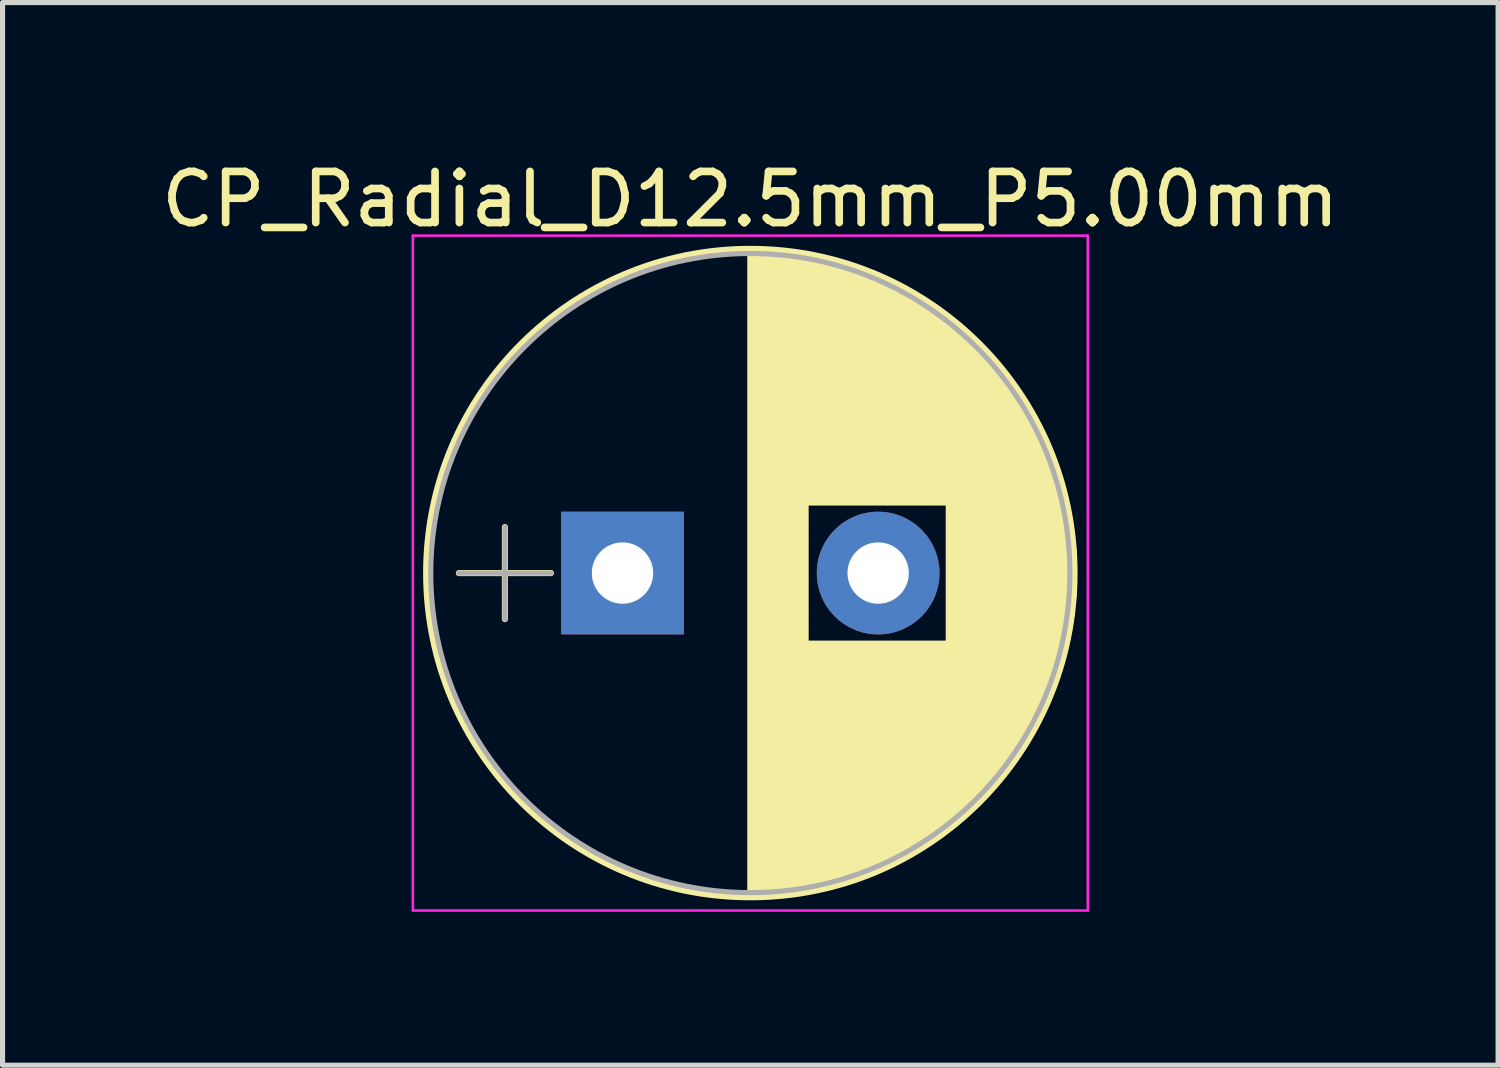
<source format=kicad_pcb>
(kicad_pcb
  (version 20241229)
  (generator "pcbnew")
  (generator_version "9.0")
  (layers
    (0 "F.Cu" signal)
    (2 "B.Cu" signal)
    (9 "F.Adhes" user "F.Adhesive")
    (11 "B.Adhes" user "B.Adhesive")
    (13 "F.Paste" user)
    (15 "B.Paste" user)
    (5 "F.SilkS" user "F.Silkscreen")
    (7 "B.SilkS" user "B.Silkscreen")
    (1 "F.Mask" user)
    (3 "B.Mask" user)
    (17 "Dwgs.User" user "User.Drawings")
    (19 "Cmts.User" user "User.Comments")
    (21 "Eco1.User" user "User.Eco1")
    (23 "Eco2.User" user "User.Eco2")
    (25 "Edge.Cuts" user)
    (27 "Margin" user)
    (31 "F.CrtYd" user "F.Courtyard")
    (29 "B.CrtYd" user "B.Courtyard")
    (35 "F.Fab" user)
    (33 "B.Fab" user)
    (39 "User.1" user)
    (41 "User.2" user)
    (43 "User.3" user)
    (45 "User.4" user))
  (footprint "CP_Radial_D12.5mm_P5.00mm"
    (layer "F.Cu")
    (at 9.125 8.158)
    (property "Reference" "CP_Radial_D12.5mm_P5.00mm" (at 2.5 -7.31 0) (layer "F.SilkS") (effects (font (size 1 1) (thickness 0.15))))
    (attr through_hole)
    (fp_line (start -3.2 0) (end -1.4 0) (stroke (width 0.12) (type solid)) (layer "F.SilkS"))
    (fp_line (start -2.3 -0.9) (end -2.3 0.9) (stroke (width 0.12) (type solid)) (layer "F.SilkS"))
    (fp_line (start 2.5 -6.3) (end 2.5 6.3) (stroke (width 0.12) (type solid)) (layer "F.SilkS"))
    (fp_line (start 2.54 -6.3) (end 2.54 6.3) (stroke (width 0.12) (type solid)) (layer "F.SilkS"))
    (fp_line (start 2.58 -6.3) (end 2.58 6.3) (stroke (width 0.12) (type solid)) (layer "F.SilkS"))
    (fp_line (start 2.62 -6.299) (end 2.62 6.299) (stroke (width 0.12) (type solid)) (layer "F.SilkS"))
    (fp_line (start 2.66 -6.298) (end 2.66 6.298) (stroke (width 0.12) (type solid)) (layer "F.SilkS"))
    (fp_line (start 2.7 -6.297) (end 2.7 6.297) (stroke (width 0.12) (type solid)) (layer "F.SilkS"))
    (fp_line (start 2.74 -6.296) (end 2.74 6.296) (stroke (width 0.12) (type solid)) (layer "F.SilkS"))
    (fp_line (start 2.78 -6.294) (end 2.78 6.294) (stroke (width 0.12) (type solid)) (layer "F.SilkS"))
    (fp_line (start 2.82 -6.292) (end 2.82 6.292) (stroke (width 0.12) (type solid)) (layer "F.SilkS"))
    (fp_line (start 2.86 -6.29) (end 2.86 6.29) (stroke (width 0.12) (type solid)) (layer "F.SilkS"))
    (fp_line (start 2.9 -6.288) (end 2.9 6.288) (stroke (width 0.12) (type solid)) (layer "F.SilkS"))
    (fp_line (start 2.94 -6.285) (end 2.94 6.285) (stroke (width 0.12) (type solid)) (layer "F.SilkS"))
    (fp_line (start 2.98 -6.282) (end 2.98 6.282) (stroke (width 0.12) (type solid)) (layer "F.SilkS"))
    (fp_line (start 3.02 -6.279) (end 3.02 6.279) (stroke (width 0.12) (type solid)) (layer "F.SilkS"))
    (fp_line (start 3.06 -6.276) (end 3.06 6.276) (stroke (width 0.12) (type solid)) (layer "F.SilkS"))
    (fp_line (start 3.1 -6.272) (end 3.1 6.272) (stroke (width 0.12) (type solid)) (layer "F.SilkS"))
    (fp_line (start 3.14 -6.268) (end 3.14 6.268) (stroke (width 0.12) (type solid)) (layer "F.SilkS"))
    (fp_line (start 3.18 -6.264) (end 3.18 6.264) (stroke (width 0.12) (type solid)) (layer "F.SilkS"))
    (fp_line (start 3.221 -6.259) (end 3.221 6.259) (stroke (width 0.12) (type solid)) (layer "F.SilkS"))
    (fp_line (start 3.261 -6.255) (end 3.261 6.255) (stroke (width 0.12) (type solid)) (layer "F.SilkS"))
    (fp_line (start 3.301 -6.25) (end 3.301 6.25) (stroke (width 0.12) (type solid)) (layer "F.SilkS"))
    (fp_line (start 3.341 -6.245) (end 3.341 6.245) (stroke (width 0.12) (type solid)) (layer "F.SilkS"))
    (fp_line (start 3.381 -6.239) (end 3.381 6.239) (stroke (width 0.12) (type solid)) (layer "F.SilkS"))
    (fp_line (start 3.421 -6.233) (end 3.421 6.233) (stroke (width 0.12) (type solid)) (layer "F.SilkS"))
    (fp_line (start 3.461 -6.227) (end 3.461 6.227) (stroke (width 0.12) (type solid)) (layer "F.SilkS"))
    (fp_line (start 3.501 -6.221) (end 3.501 6.221) (stroke (width 0.12) (type solid)) (layer "F.SilkS"))
    (fp_line (start 3.541 -6.215) (end 3.541 6.215) (stroke (width 0.12) (type solid)) (layer "F.SilkS"))
    (fp_line (start 3.581 -6.208) (end 3.581 6.208) (stroke (width 0.12) (type solid)) (layer "F.SilkS"))
    (fp_line (start 3.621 -6.201) (end 3.621 -1.38) (stroke (width 0.12) (type solid)) (layer "F.SilkS"))
    (fp_line (start 3.621 1.38) (end 3.621 6.201) (stroke (width 0.12) (type solid)) (layer "F.SilkS"))
    (fp_line (start 3.661 -6.193) (end 3.661 -1.38) (stroke (width 0.12) (type solid)) (layer "F.SilkS"))
    (fp_line (start 3.661 1.38) (end 3.661 6.193) (stroke (width 0.12) (type solid)) (layer "F.SilkS"))
    (fp_line (start 3.701 -6.186) (end 3.701 -1.38) (stroke (width 0.12) (type solid)) (layer "F.SilkS"))
    (fp_line (start 3.701 1.38) (end 3.701 6.186) (stroke (width 0.12) (type solid)) (layer "F.SilkS"))
    (fp_line (start 3.741 -6.178) (end 3.741 -1.38) (stroke (width 0.12) (type solid)) (layer "F.SilkS"))
    (fp_line (start 3.741 1.38) (end 3.741 6.178) (stroke (width 0.12) (type solid)) (layer "F.SilkS"))
    (fp_line (start 3.781 -6.17) (end 3.781 -1.38) (stroke (width 0.12) (type solid)) (layer "F.SilkS"))
    (fp_line (start 3.781 1.38) (end 3.781 6.17) (stroke (width 0.12) (type solid)) (layer "F.SilkS"))
    (fp_line (start 3.821 -6.162) (end 3.821 -1.38) (stroke (width 0.12) (type solid)) (layer "F.SilkS"))
    (fp_line (start 3.821 1.38) (end 3.821 6.162) (stroke (width 0.12) (type solid)) (layer "F.SilkS"))
    (fp_line (start 3.861 -6.153) (end 3.861 -1.38) (stroke (width 0.12) (type solid)) (layer "F.SilkS"))
    (fp_line (start 3.861 1.38) (end 3.861 6.153) (stroke (width 0.12) (type solid)) (layer "F.SilkS"))
    (fp_line (start 3.901 -6.144) (end 3.901 -1.38) (stroke (width 0.12) (type solid)) (layer "F.SilkS"))
    (fp_line (start 3.901 1.38) (end 3.901 6.144) (stroke (width 0.12) (type solid)) (layer "F.SilkS"))
    (fp_line (start 3.941 -6.135) (end 3.941 -1.38) (stroke (width 0.12) (type solid)) (layer "F.SilkS"))
    (fp_line (start 3.941 1.38) (end 3.941 6.135) (stroke (width 0.12) (type solid)) (layer "F.SilkS"))
    (fp_line (start 3.981 -6.125) (end 3.981 -1.38) (stroke (width 0.12) (type solid)) (layer "F.SilkS"))
    (fp_line (start 3.981 1.38) (end 3.981 6.125) (stroke (width 0.12) (type solid)) (layer "F.SilkS"))
    (fp_line (start 4.021 -6.116) (end 4.021 -1.38) (stroke (width 0.12) (type solid)) (layer "F.SilkS"))
    (fp_line (start 4.021 1.38) (end 4.021 6.116) (stroke (width 0.12) (type solid)) (layer "F.SilkS"))
    (fp_line (start 4.061 -6.106) (end 4.061 -1.38) (stroke (width 0.12) (type solid)) (layer "F.SilkS"))
    (fp_line (start 4.061 1.38) (end 4.061 6.106) (stroke (width 0.12) (type solid)) (layer "F.SilkS"))
    (fp_line (start 4.101 -6.095) (end 4.101 -1.38) (stroke (width 0.12) (type solid)) (layer "F.SilkS"))
    (fp_line (start 4.101 1.38) (end 4.101 6.095) (stroke (width 0.12) (type solid)) (layer "F.SilkS"))
    (fp_line (start 4.141 -6.085) (end 4.141 -1.38) (stroke (width 0.12) (type solid)) (layer "F.SilkS"))
    (fp_line (start 4.141 1.38) (end 4.141 6.085) (stroke (width 0.12) (type solid)) (layer "F.SilkS"))
    (fp_line (start 4.181 -6.074) (end 4.181 -1.38) (stroke (width 0.12) (type solid)) (layer "F.SilkS"))
    (fp_line (start 4.181 1.38) (end 4.181 6.074) (stroke (width 0.12) (type solid)) (layer "F.SilkS"))
    (fp_line (start 4.221 -6.063) (end 4.221 -1.38) (stroke (width 0.12) (type solid)) (layer "F.SilkS"))
    (fp_line (start 4.221 1.38) (end 4.221 6.063) (stroke (width 0.12) (type solid)) (layer "F.SilkS"))
    (fp_line (start 4.261 -6.051) (end 4.261 -1.38) (stroke (width 0.12) (type solid)) (layer "F.SilkS"))
    (fp_line (start 4.261 1.38) (end 4.261 6.051) (stroke (width 0.12) (type solid)) (layer "F.SilkS"))
    (fp_line (start 4.301 -6.04) (end 4.301 -1.38) (stroke (width 0.12) (type solid)) (layer "F.SilkS"))
    (fp_line (start 4.301 1.38) (end 4.301 6.04) (stroke (width 0.12) (type solid)) (layer "F.SilkS"))
    (fp_line (start 4.341 -6.028) (end 4.341 -1.38) (stroke (width 0.12) (type solid)) (layer "F.SilkS"))
    (fp_line (start 4.341 1.38) (end 4.341 6.028) (stroke (width 0.12) (type solid)) (layer "F.SilkS"))
    (fp_line (start 4.381 -6.015) (end 4.381 -1.38) (stroke (width 0.12) (type solid)) (layer "F.SilkS"))
    (fp_line (start 4.381 1.38) (end 4.381 6.015) (stroke (width 0.12) (type solid)) (layer "F.SilkS"))
    (fp_line (start 4.421 -6.003) (end 4.421 -1.38) (stroke (width 0.12) (type solid)) (layer "F.SilkS"))
    (fp_line (start 4.421 1.38) (end 4.421 6.003) (stroke (width 0.12) (type solid)) (layer "F.SilkS"))
    (fp_line (start 4.461 -5.99) (end 4.461 -1.38) (stroke (width 0.12) (type solid)) (layer "F.SilkS"))
    (fp_line (start 4.461 1.38) (end 4.461 5.99) (stroke (width 0.12) (type solid)) (layer "F.SilkS"))
    (fp_line (start 4.501 -5.977) (end 4.501 -1.38) (stroke (width 0.12) (type solid)) (layer "F.SilkS"))
    (fp_line (start 4.501 1.38) (end 4.501 5.977) (stroke (width 0.12) (type solid)) (layer "F.SilkS"))
    (fp_line (start 4.541 -5.963) (end 4.541 -1.38) (stroke (width 0.12) (type solid)) (layer "F.SilkS"))
    (fp_line (start 4.541 1.38) (end 4.541 5.963) (stroke (width 0.12) (type solid)) (layer "F.SilkS"))
    (fp_line (start 4.581 -5.95) (end 4.581 -1.38) (stroke (width 0.12) (type solid)) (layer "F.SilkS"))
    (fp_line (start 4.581 1.38) (end 4.581 5.95) (stroke (width 0.12) (type solid)) (layer "F.SilkS"))
    (fp_line (start 4.621 -5.936) (end 4.621 -1.38) (stroke (width 0.12) (type solid)) (layer "F.SilkS"))
    (fp_line (start 4.621 1.38) (end 4.621 5.936) (stroke (width 0.12) (type solid)) (layer "F.SilkS"))
    (fp_line (start 4.661 -5.921) (end 4.661 -1.38) (stroke (width 0.12) (type solid)) (layer "F.SilkS"))
    (fp_line (start 4.661 1.38) (end 4.661 5.921) (stroke (width 0.12) (type solid)) (layer "F.SilkS"))
    (fp_line (start 4.701 -5.907) (end 4.701 -1.38) (stroke (width 0.12) (type solid)) (layer "F.SilkS"))
    (fp_line (start 4.701 1.38) (end 4.701 5.907) (stroke (width 0.12) (type solid)) (layer "F.SilkS"))
    (fp_line (start 4.741 -5.892) (end 4.741 -1.38) (stroke (width 0.12) (type solid)) (layer "F.SilkS"))
    (fp_line (start 4.741 1.38) (end 4.741 5.892) (stroke (width 0.12) (type solid)) (layer "F.SilkS"))
    (fp_line (start 4.781 -5.876) (end 4.781 -1.38) (stroke (width 0.12) (type solid)) (layer "F.SilkS"))
    (fp_line (start 4.781 1.38) (end 4.781 5.876) (stroke (width 0.12) (type solid)) (layer "F.SilkS"))
    (fp_line (start 4.821 -5.861) (end 4.821 -1.38) (stroke (width 0.12) (type solid)) (layer "F.SilkS"))
    (fp_line (start 4.821 1.38) (end 4.821 5.861) (stroke (width 0.12) (type solid)) (layer "F.SilkS"))
    (fp_line (start 4.861 -5.845) (end 4.861 -1.38) (stroke (width 0.12) (type solid)) (layer "F.SilkS"))
    (fp_line (start 4.861 1.38) (end 4.861 5.845) (stroke (width 0.12) (type solid)) (layer "F.SilkS"))
    (fp_line (start 4.901 -5.829) (end 4.901 -1.38) (stroke (width 0.12) (type solid)) (layer "F.SilkS"))
    (fp_line (start 4.901 1.38) (end 4.901 5.829) (stroke (width 0.12) (type solid)) (layer "F.SilkS"))
    (fp_line (start 4.941 -5.812) (end 4.941 -1.38) (stroke (width 0.12) (type solid)) (layer "F.SilkS"))
    (fp_line (start 4.941 1.38) (end 4.941 5.812) (stroke (width 0.12) (type solid)) (layer "F.SilkS"))
    (fp_line (start 4.981 -5.795) (end 4.981 -1.38) (stroke (width 0.12) (type solid)) (layer "F.SilkS"))
    (fp_line (start 4.981 1.38) (end 4.981 5.795) (stroke (width 0.12) (type solid)) (layer "F.SilkS"))
    (fp_line (start 5.021 -5.778) (end 5.021 -1.38) (stroke (width 0.12) (type solid)) (layer "F.SilkS"))
    (fp_line (start 5.021 1.38) (end 5.021 5.778) (stroke (width 0.12) (type solid)) (layer "F.SilkS"))
    (fp_line (start 5.061 -5.761) (end 5.061 -1.38) (stroke (width 0.12) (type solid)) (layer "F.SilkS"))
    (fp_line (start 5.061 1.38) (end 5.061 5.761) (stroke (width 0.12) (type solid)) (layer "F.SilkS"))
    (fp_line (start 5.101 -5.743) (end 5.101 -1.38) (stroke (width 0.12) (type solid)) (layer "F.SilkS"))
    (fp_line (start 5.101 1.38) (end 5.101 5.743) (stroke (width 0.12) (type solid)) (layer "F.SilkS"))
    (fp_line (start 5.141 -5.725) (end 5.141 -1.38) (stroke (width 0.12) (type solid)) (layer "F.SilkS"))
    (fp_line (start 5.141 1.38) (end 5.141 5.725) (stroke (width 0.12) (type solid)) (layer "F.SilkS"))
    (fp_line (start 5.181 -5.706) (end 5.181 -1.38) (stroke (width 0.12) (type solid)) (layer "F.SilkS"))
    (fp_line (start 5.181 1.38) (end 5.181 5.706) (stroke (width 0.12) (type solid)) (layer "F.SilkS"))
    (fp_line (start 5.221 -5.687) (end 5.221 -1.38) (stroke (width 0.12) (type solid)) (layer "F.SilkS"))
    (fp_line (start 5.221 1.38) (end 5.221 5.687) (stroke (width 0.12) (type solid)) (layer "F.SilkS"))
    (fp_line (start 5.261 -5.668) (end 5.261 -1.38) (stroke (width 0.12) (type solid)) (layer "F.SilkS"))
    (fp_line (start 5.261 1.38) (end 5.261 5.668) (stroke (width 0.12) (type solid)) (layer "F.SilkS"))
    (fp_line (start 5.301 -5.649) (end 5.301 -1.38) (stroke (width 0.12) (type solid)) (layer "F.SilkS"))
    (fp_line (start 5.301 1.38) (end 5.301 5.649) (stroke (width 0.12) (type solid)) (layer "F.SilkS"))
    (fp_line (start 5.341 -5.629) (end 5.341 -1.38) (stroke (width 0.12) (type solid)) (layer "F.SilkS"))
    (fp_line (start 5.341 1.38) (end 5.341 5.629) (stroke (width 0.12) (type solid)) (layer "F.SilkS"))
    (fp_line (start 5.381 -5.609) (end 5.381 -1.38) (stroke (width 0.12) (type solid)) (layer "F.SilkS"))
    (fp_line (start 5.381 1.38) (end 5.381 5.609) (stroke (width 0.12) (type solid)) (layer "F.SilkS"))
    (fp_line (start 5.421 -5.588) (end 5.421 -1.38) (stroke (width 0.12) (type solid)) (layer "F.SilkS"))
    (fp_line (start 5.421 1.38) (end 5.421 5.588) (stroke (width 0.12) (type solid)) (layer "F.SilkS"))
    (fp_line (start 5.461 -5.567) (end 5.461 -1.38) (stroke (width 0.12) (type solid)) (layer "F.SilkS"))
    (fp_line (start 5.461 1.38) (end 5.461 5.567) (stroke (width 0.12) (type solid)) (layer "F.SilkS"))
    (fp_line (start 5.501 -5.546) (end 5.501 -1.38) (stroke (width 0.12) (type solid)) (layer "F.SilkS"))
    (fp_line (start 5.501 1.38) (end 5.501 5.546) (stroke (width 0.12) (type solid)) (layer "F.SilkS"))
    (fp_line (start 5.541 -5.524) (end 5.541 -1.38) (stroke (width 0.12) (type solid)) (layer "F.SilkS"))
    (fp_line (start 5.541 1.38) (end 5.541 5.524) (stroke (width 0.12) (type solid)) (layer "F.SilkS"))
    (fp_line (start 5.581 -5.502) (end 5.581 -1.38) (stroke (width 0.12) (type solid)) (layer "F.SilkS"))
    (fp_line (start 5.581 1.38) (end 5.581 5.502) (stroke (width 0.12) (type solid)) (layer "F.SilkS"))
    (fp_line (start 5.621 -5.48) (end 5.621 -1.38) (stroke (width 0.12) (type solid)) (layer "F.SilkS"))
    (fp_line (start 5.621 1.38) (end 5.621 5.48) (stroke (width 0.12) (type solid)) (layer "F.SilkS"))
    (fp_line (start 5.661 -5.457) (end 5.661 -1.38) (stroke (width 0.12) (type solid)) (layer "F.SilkS"))
    (fp_line (start 5.661 1.38) (end 5.661 5.457) (stroke (width 0.12) (type solid)) (layer "F.SilkS"))
    (fp_line (start 5.701 -5.434) (end 5.701 -1.38) (stroke (width 0.12) (type solid)) (layer "F.SilkS"))
    (fp_line (start 5.701 1.38) (end 5.701 5.434) (stroke (width 0.12) (type solid)) (layer "F.SilkS"))
    (fp_line (start 5.741 -5.41) (end 5.741 -1.38) (stroke (width 0.12) (type solid)) (layer "F.SilkS"))
    (fp_line (start 5.741 1.38) (end 5.741 5.41) (stroke (width 0.12) (type solid)) (layer "F.SilkS"))
    (fp_line (start 5.781 -5.386) (end 5.781 -1.38) (stroke (width 0.12) (type solid)) (layer "F.SilkS"))
    (fp_line (start 5.781 1.38) (end 5.781 5.386) (stroke (width 0.12) (type solid)) (layer "F.SilkS"))
    (fp_line (start 5.821 -5.362) (end 5.821 -1.38) (stroke (width 0.12) (type solid)) (layer "F.SilkS"))
    (fp_line (start 5.821 1.38) (end 5.821 5.362) (stroke (width 0.12) (type solid)) (layer "F.SilkS"))
    (fp_line (start 5.861 -5.337) (end 5.861 -1.38) (stroke (width 0.12) (type solid)) (layer "F.SilkS"))
    (fp_line (start 5.861 1.38) (end 5.861 5.337) (stroke (width 0.12) (type solid)) (layer "F.SilkS"))
    (fp_line (start 5.901 -5.312) (end 5.901 -1.38) (stroke (width 0.12) (type solid)) (layer "F.SilkS"))
    (fp_line (start 5.901 1.38) (end 5.901 5.312) (stroke (width 0.12) (type solid)) (layer "F.SilkS"))
    (fp_line (start 5.941 -5.286) (end 5.941 -1.38) (stroke (width 0.12) (type solid)) (layer "F.SilkS"))
    (fp_line (start 5.941 1.38) (end 5.941 5.286) (stroke (width 0.12) (type solid)) (layer "F.SilkS"))
    (fp_line (start 5.981 -5.26) (end 5.981 -1.38) (stroke (width 0.12) (type solid)) (layer "F.SilkS"))
    (fp_line (start 5.981 1.38) (end 5.981 5.26) (stroke (width 0.12) (type solid)) (layer "F.SilkS"))
    (fp_line (start 6.021 -5.234) (end 6.021 -1.38) (stroke (width 0.12) (type solid)) (layer "F.SilkS"))
    (fp_line (start 6.021 1.38) (end 6.021 5.234) (stroke (width 0.12) (type solid)) (layer "F.SilkS"))
    (fp_line (start 6.061 -5.207) (end 6.061 -1.38) (stroke (width 0.12) (type solid)) (layer "F.SilkS"))
    (fp_line (start 6.061 1.38) (end 6.061 5.207) (stroke (width 0.12) (type solid)) (layer "F.SilkS"))
    (fp_line (start 6.101 -5.179) (end 6.101 -1.38) (stroke (width 0.12) (type solid)) (layer "F.SilkS"))
    (fp_line (start 6.101 1.38) (end 6.101 5.179) (stroke (width 0.12) (type solid)) (layer "F.SilkS"))
    (fp_line (start 6.141 -5.151) (end 6.141 -1.38) (stroke (width 0.12) (type solid)) (layer "F.SilkS"))
    (fp_line (start 6.141 1.38) (end 6.141 5.151) (stroke (width 0.12) (type solid)) (layer "F.SilkS"))
    (fp_line (start 6.181 -5.123) (end 6.181 -1.38) (stroke (width 0.12) (type solid)) (layer "F.SilkS"))
    (fp_line (start 6.181 1.38) (end 6.181 5.123) (stroke (width 0.12) (type solid)) (layer "F.SilkS"))
    (fp_line (start 6.221 -5.094) (end 6.221 -1.38) (stroke (width 0.12) (type solid)) (layer "F.SilkS"))
    (fp_line (start 6.221 1.38) (end 6.221 5.094) (stroke (width 0.12) (type solid)) (layer "F.SilkS"))
    (fp_line (start 6.261 -5.065) (end 6.261 -1.38) (stroke (width 0.12) (type solid)) (layer "F.SilkS"))
    (fp_line (start 6.261 1.38) (end 6.261 5.065) (stroke (width 0.12) (type solid)) (layer "F.SilkS"))
    (fp_line (start 6.301 -5.035) (end 6.301 -1.38) (stroke (width 0.12) (type solid)) (layer "F.SilkS"))
    (fp_line (start 6.301 1.38) (end 6.301 5.035) (stroke (width 0.12) (type solid)) (layer "F.SilkS"))
    (fp_line (start 6.341 -5.005) (end 6.341 -1.38) (stroke (width 0.12) (type solid)) (layer "F.SilkS"))
    (fp_line (start 6.341 1.38) (end 6.341 5.005) (stroke (width 0.12) (type solid)) (layer "F.SilkS"))
    (fp_line (start 6.381 -4.975) (end 6.381 4.975) (stroke (width 0.12) (type solid)) (layer "F.SilkS"))
    (fp_line (start 6.421 -4.943) (end 6.421 4.943) (stroke (width 0.12) (type solid)) (layer "F.SilkS"))
    (fp_line (start 6.461 -4.912) (end 6.461 4.912) (stroke (width 0.12) (type solid)) (layer "F.SilkS"))
    (fp_line (start 6.501 -4.879) (end 6.501 4.879) (stroke (width 0.12) (type solid)) (layer "F.SilkS"))
    (fp_line (start 6.541 -4.847) (end 6.541 4.847) (stroke (width 0.12) (type solid)) (layer "F.SilkS"))
    (fp_line (start 6.581 -4.813) (end 6.581 4.813) (stroke (width 0.12) (type solid)) (layer "F.SilkS"))
    (fp_line (start 6.621 -4.779) (end 6.621 4.779) (stroke (width 0.12) (type solid)) (layer "F.SilkS"))
    (fp_line (start 6.661 -4.745) (end 6.661 4.745) (stroke (width 0.12) (type solid)) (layer "F.SilkS"))
    (fp_line (start 6.701 -4.71) (end 6.701 4.71) (stroke (width 0.12) (type solid)) (layer "F.SilkS"))
    (fp_line (start 6.741 -4.674) (end 6.741 4.674) (stroke (width 0.12) (type solid)) (layer "F.SilkS"))
    (fp_line (start 6.781 -4.638) (end 6.781 4.638) (stroke (width 0.12) (type solid)) (layer "F.SilkS"))
    (fp_line (start 6.821 -4.601) (end 6.821 4.601) (stroke (width 0.12) (type solid)) (layer "F.SilkS"))
    (fp_line (start 6.861 -4.563) (end 6.861 4.563) (stroke (width 0.12) (type solid)) (layer "F.SilkS"))
    (fp_line (start 6.901 -4.525) (end 6.901 4.525) (stroke (width 0.12) (type solid)) (layer "F.SilkS"))
    (fp_line (start 6.941 -4.486) (end 6.941 4.486) (stroke (width 0.12) (type solid)) (layer "F.SilkS"))
    (fp_line (start 6.981 -4.447) (end 6.981 4.447) (stroke (width 0.12) (type solid)) (layer "F.SilkS"))
    (fp_line (start 7.021 -4.406) (end 7.021 4.406) (stroke (width 0.12) (type solid)) (layer "F.SilkS"))
    (fp_line (start 7.061 -4.365) (end 7.061 4.365) (stroke (width 0.12) (type solid)) (layer "F.SilkS"))
    (fp_line (start 7.101 -4.323) (end 7.101 4.323) (stroke (width 0.12) (type solid)) (layer "F.SilkS"))
    (fp_line (start 7.141 -4.281) (end 7.141 4.281) (stroke (width 0.12) (type solid)) (layer "F.SilkS"))
    (fp_line (start 7.181 -4.238) (end 7.181 4.238) (stroke (width 0.12) (type solid)) (layer "F.SilkS"))
    (fp_line (start 7.221 -4.193) (end 7.221 4.193) (stroke (width 0.12) (type solid)) (layer "F.SilkS"))
    (fp_line (start 7.261 -4.148) (end 7.261 4.148) (stroke (width 0.12) (type solid)) (layer "F.SilkS"))
    (fp_line (start 7.301 -4.102) (end 7.301 4.102) (stroke (width 0.12) (type solid)) (layer "F.SilkS"))
    (fp_line (start 7.341 -4.056) (end 7.341 4.056) (stroke (width 0.12) (type solid)) (layer "F.SilkS"))
    (fp_line (start 7.381 -4.008) (end 7.381 4.008) (stroke (width 0.12) (type solid)) (layer "F.SilkS"))
    (fp_line (start 7.421 -3.959) (end 7.421 3.959) (stroke (width 0.12) (type solid)) (layer "F.SilkS"))
    (fp_line (start 7.461 -3.909) (end 7.461 3.909) (stroke (width 0.12) (type solid)) (layer "F.SilkS"))
    (fp_line (start 7.501 -3.859) (end 7.501 3.859) (stroke (width 0.12) (type solid)) (layer "F.SilkS"))
    (fp_line (start 7.541 -3.807) (end 7.541 3.807) (stroke (width 0.12) (type solid)) (layer "F.SilkS"))
    (fp_line (start 7.581 -3.754) (end 7.581 3.754) (stroke (width 0.12) (type solid)) (layer "F.SilkS"))
    (fp_line (start 7.621 -3.7) (end 7.621 3.7) (stroke (width 0.12) (type solid)) (layer "F.SilkS"))
    (fp_line (start 7.661 -3.644) (end 7.661 3.644) (stroke (width 0.12) (type solid)) (layer "F.SilkS"))
    (fp_line (start 7.701 -3.588) (end 7.701 3.588) (stroke (width 0.12) (type solid)) (layer "F.SilkS"))
    (fp_line (start 7.741 -3.53) (end 7.741 3.53) (stroke (width 0.12) (type solid)) (layer "F.SilkS"))
    (fp_line (start 7.781 -3.47) (end 7.781 3.47) (stroke (width 0.12) (type solid)) (layer "F.SilkS"))
    (fp_line (start 7.821 -3.409) (end 7.821 3.409) (stroke (width 0.12) (type solid)) (layer "F.SilkS"))
    (fp_line (start 7.861 -3.347) (end 7.861 3.347) (stroke (width 0.12) (type solid)) (layer "F.SilkS"))
    (fp_line (start 7.901 -3.282) (end 7.901 3.282) (stroke (width 0.12) (type solid)) (layer "F.SilkS"))
    (fp_line (start 7.941 -3.217) (end 7.941 3.217) (stroke (width 0.12) (type solid)) (layer "F.SilkS"))
    (fp_line (start 7.981 -3.149) (end 7.981 3.149) (stroke (width 0.12) (type solid)) (layer "F.SilkS"))
    (fp_line (start 8.021 -3.079) (end 8.021 3.079) (stroke (width 0.12) (type solid)) (layer "F.SilkS"))
    (fp_line (start 8.061 -3.007) (end 8.061 3.007) (stroke (width 0.12) (type solid)) (layer "F.SilkS"))
    (fp_line (start 8.101 -2.933) (end 8.101 2.933) (stroke (width 0.12) (type solid)) (layer "F.SilkS"))
    (fp_line (start 8.141 -2.856) (end 8.141 2.856) (stroke (width 0.12) (type solid)) (layer "F.SilkS"))
    (fp_line (start 8.181 -2.777) (end 8.181 2.777) (stroke (width 0.12) (type solid)) (layer "F.SilkS"))
    (fp_line (start 8.221 -2.695) (end 8.221 2.695) (stroke (width 0.12) (type solid)) (layer "F.SilkS"))
    (fp_line (start 8.261 -2.61) (end 8.261 2.61) (stroke (width 0.12) (type solid)) (layer "F.SilkS"))
    (fp_line (start 8.301 -2.521) (end 8.301 2.521) (stroke (width 0.12) (type solid)) (layer "F.SilkS"))
    (fp_line (start 8.341 -2.428) (end 8.341 2.428) (stroke (width 0.12) (type solid)) (layer "F.SilkS"))
    (fp_line (start 8.381 -2.331) (end 8.381 2.331) (stroke (width 0.12) (type solid)) (layer "F.SilkS"))
    (fp_line (start 8.421 -2.23) (end 8.421 2.23) (stroke (width 0.12) (type solid)) (layer "F.SilkS"))
    (fp_line (start 8.461 -2.122) (end 8.461 2.122) (stroke (width 0.12) (type solid)) (layer "F.SilkS"))
    (fp_line (start 8.501 -2.009) (end 8.501 2.009) (stroke (width 0.12) (type solid)) (layer "F.SilkS"))
    (fp_line (start 8.541 -1.888) (end 8.541 1.888) (stroke (width 0.12) (type solid)) (layer "F.SilkS"))
    (fp_line (start 8.581 -1.757) (end 8.581 1.757) (stroke (width 0.12) (type solid)) (layer "F.SilkS"))
    (fp_line (start 8.621 -1.616) (end 8.621 1.616) (stroke (width 0.12) (type solid)) (layer "F.SilkS"))
    (fp_line (start 8.661 -1.46) (end 8.661 1.46) (stroke (width 0.12) (type solid)) (layer "F.SilkS"))
    (fp_line (start 8.701 -1.285) (end 8.701 1.285) (stroke (width 0.12) (type solid)) (layer "F.SilkS"))
    (fp_line (start 8.741 -1.082) (end 8.741 1.082) (stroke (width 0.12) (type solid)) (layer "F.SilkS"))
    (fp_line (start 8.781 -0.831) (end 8.781 0.831) (stroke (width 0.12) (type solid)) (layer "F.SilkS"))
    (fp_line (start 8.821 -0.464) (end 8.821 0.464) (stroke (width 0.12) (type solid)) (layer "F.SilkS"))
    (fp_circle (center 2.5 0) (end 8.84 0) (stroke (width 0.12) (type solid)) (fill no) (layer "F.SilkS"))
    (fp_line (start -4.1 -6.6) (end -4.1 6.6) (stroke (width 0.05) (type solid)) (layer "F.CrtYd"))
    (fp_line (start -4.1 6.6) (end 9.1 6.6) (stroke (width 0.05) (type solid)) (layer "F.CrtYd"))
    (fp_line (start 9.1 -6.6) (end -4.1 -6.6) (stroke (width 0.05) (type solid)) (layer "F.CrtYd"))
    (fp_line (start 9.1 6.6) (end 9.1 -6.6) (stroke (width 0.05) (type solid)) (layer "F.CrtYd"))
    (fp_line (start -3.2 0) (end -1.4 0) (stroke (width 0.1) (type solid)) (layer "F.Fab"))
    (fp_line (start -2.3 -0.9) (end -2.3 0.9) (stroke (width 0.1) (type solid)) (layer "F.Fab"))
    (fp_circle (center 2.5 0) (end 8.75 0) (stroke (width 0.1) (type solid)) (fill no) (layer "F.Fab"))
    (pad "1" thru_hole rect (at 0 0) (size 2.4 2.4) (drill 1.2) (layers "*.Cu" "*.Mask"))
    (pad "2" thru_hole circle (at 5 0) (size 2.4 2.4) (drill 1.2) (layers "*.Cu" "*.Mask")))
  (gr_rect
    (start -3 -3)
    (end 26.25 17.783)
    (stroke (width 0.1) (type default))
    (fill no)
    (layer "Edge.Cuts")))
</source>
